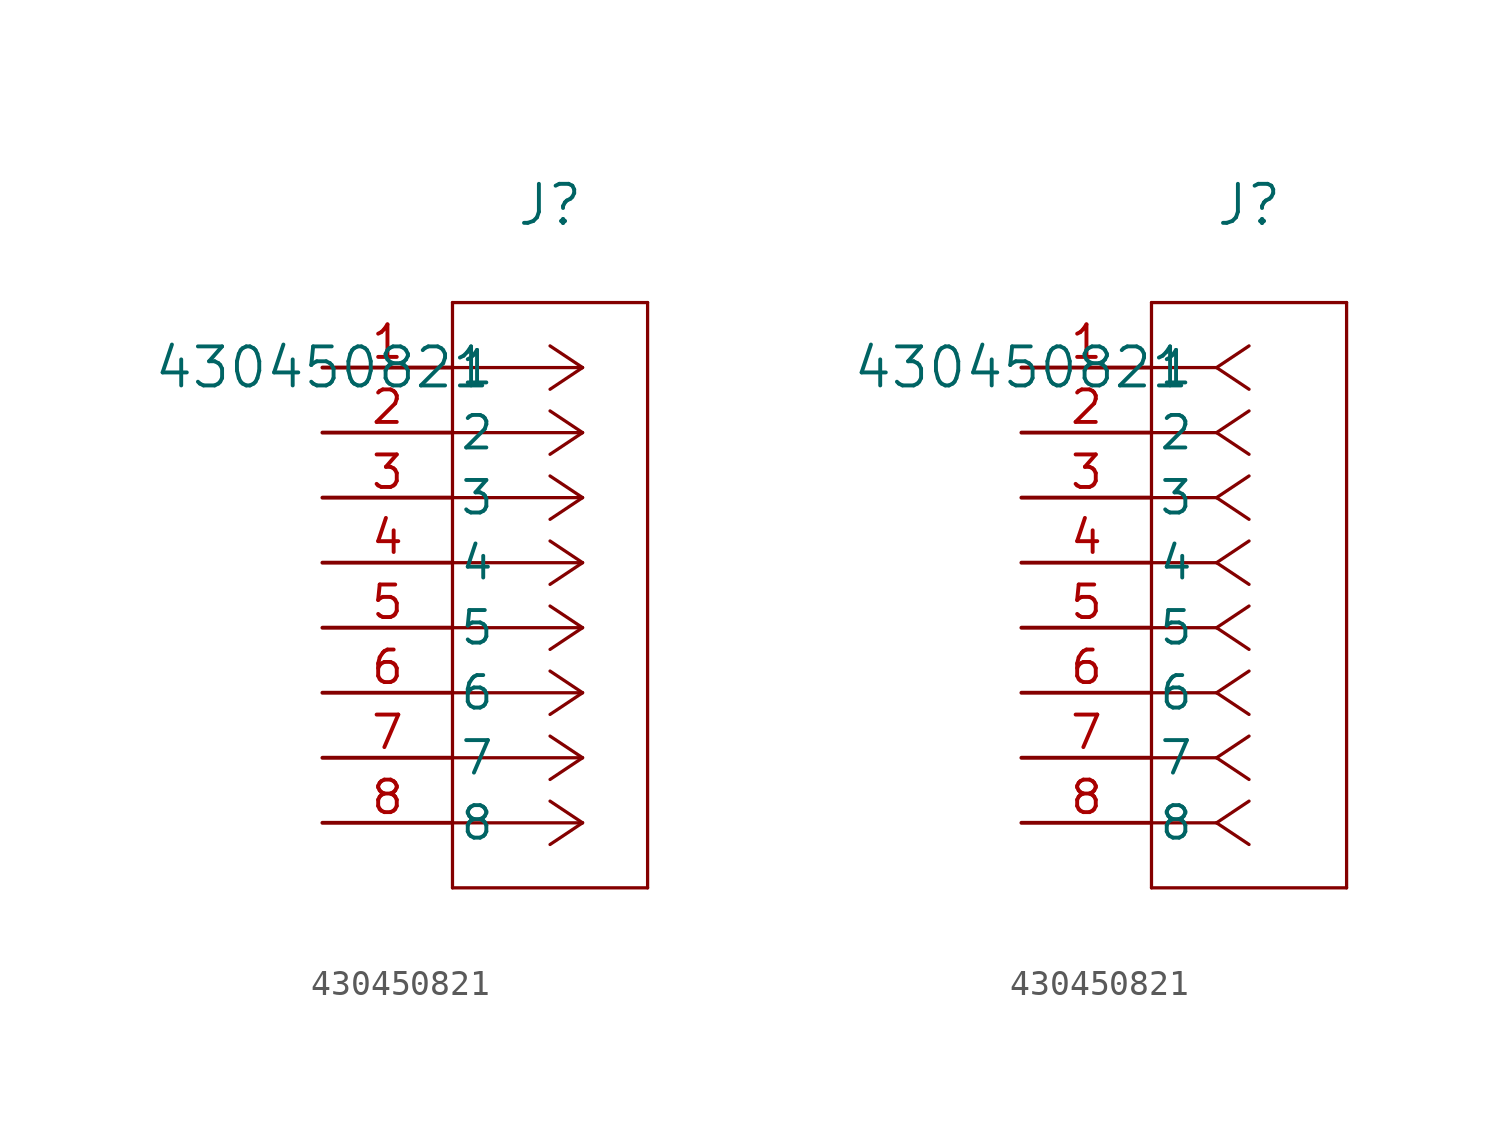
<source format=kicad_sym>
(kicad_symbol_lib
  (version 20211014)
  (generator kicad_symbol_editor)
  (symbol "430450821"
    (pin_names
      (offset 0.254))
    (property "Reference" "J"
      (at 8.89 6.35 0)
      (effects (font (size 1.524 1.524))))
    (property "Value" "430450821"
      (at 0 0 0)
      (effects (font (size 1.524 1.524))))
    (symbol "430450821_1_1"
      (polyline (pts (xy 10.16 0) (xy 5.08 0)) (stroke (width 0.127) (type default) (color 0 0 0 0)) (fill (type none)))
      (polyline (pts (xy 10.16 -2.54) (xy 5.08 -2.54)) (stroke (width 0.127) (type default) (color 0 0 0 0)) (fill (type none)))
      (polyline (pts (xy 10.16 -5.08) (xy 5.08 -5.08)) (stroke (width 0.127) (type default) (color 0 0 0 0)) (fill (type none)))
      (polyline (pts (xy 10.16 -7.62) (xy 5.08 -7.62)) (stroke (width 0.127) (type default) (color 0 0 0 0)) (fill (type none)))
      (polyline (pts (xy 10.16 -10.16) (xy 5.08 -10.16)) (stroke (width 0.127) (type default) (color 0 0 0 0)) (fill (type none)))
      (polyline (pts (xy 10.16 -12.7) (xy 5.08 -12.7)) (stroke (width 0.127) (type default) (color 0 0 0 0)) (fill (type none)))
      (polyline (pts (xy 10.16 -15.24) (xy 5.08 -15.24)) (stroke (width 0.127) (type default) (color 0 0 0 0)) (fill (type none)))
      (polyline (pts (xy 10.16 -17.78) (xy 5.08 -17.78)) (stroke (width 0.127) (type default) (color 0 0 0 0)) (fill (type none)))
      (polyline (pts (xy 10.16 0) (xy 8.89 0.847)) (stroke (width 0.127) (type default) (color 0 0 0 0)) (fill (type none)))
      (polyline (pts (xy 10.16 -2.54) (xy 8.89 -1.693)) (stroke (width 0.127) (type default) (color 0 0 0 0)) (fill (type none)))
      (polyline (pts (xy 10.16 -5.08) (xy 8.89 -4.233)) (stroke (width 0.127) (type default) (color 0 0 0 0)) (fill (type none)))
      (polyline (pts (xy 10.16 -7.62) (xy 8.89 -6.773)) (stroke (width 0.127) (type default) (color 0 0 0 0)) (fill (type none)))
      (polyline (pts (xy 10.16 -10.16) (xy 8.89 -9.313)) (stroke (width 0.127) (type default) (color 0 0 0 0)) (fill (type none)))
      (polyline (pts (xy 10.16 -12.7) (xy 8.89 -11.853)) (stroke (width 0.127) (type default) (color 0 0 0 0)) (fill (type none)))
      (polyline (pts (xy 10.16 -15.24) (xy 8.89 -14.393)) (stroke (width 0.127) (type default) (color 0 0 0 0)) (fill (type none)))
      (polyline (pts (xy 10.16 -17.78) (xy 8.89 -16.933)) (stroke (width 0.127) (type default) (color 0 0 0 0)) (fill (type none)))
      (polyline (pts (xy 10.16 0) (xy 8.89 -0.847)) (stroke (width 0.127) (type default) (color 0 0 0 0)) (fill (type none)))
      (polyline (pts (xy 10.16 -2.54) (xy 8.89 -3.387)) (stroke (width 0.127) (type default) (color 0 0 0 0)) (fill (type none)))
      (polyline (pts (xy 10.16 -5.08) (xy 8.89 -5.927)) (stroke (width 0.127) (type default) (color 0 0 0 0)) (fill (type none)))
      (polyline (pts (xy 10.16 -7.62) (xy 8.89 -8.467)) (stroke (width 0.127) (type default) (color 0 0 0 0)) (fill (type none)))
      (polyline (pts (xy 10.16 -10.16) (xy 8.89 -11.007)) (stroke (width 0.127) (type default) (color 0 0 0 0)) (fill (type none)))
      (polyline (pts (xy 10.16 -12.7) (xy 8.89 -13.547)) (stroke (width 0.127) (type default) (color 0 0 0 0)) (fill (type none)))
      (polyline (pts (xy 10.16 -15.24) (xy 8.89 -16.087)) (stroke (width 0.127) (type default) (color 0 0 0 0)) (fill (type none)))
      (polyline (pts (xy 10.16 -17.78) (xy 8.89 -18.627)) (stroke (width 0.127) (type default) (color 0 0 0 0)) (fill (type none)))
      (polyline (pts (xy 5.08 2.54) (xy 5.08 -20.32)) (stroke (width 0.127) (type default) (color 0 0 0 0)) (fill (type none)))
      (polyline (pts (xy 5.08 -20.32) (xy 12.7 -20.32)) (stroke (width 0.127) (type default) (color 0 0 0 0)) (fill (type none)))
      (polyline (pts (xy 12.7 -20.32) (xy 12.7 2.54)) (stroke (width 0.127) (type default) (color 0 0 0 0)) (fill (type none)))
      (polyline (pts (xy 12.7 2.54) (xy 5.08 2.54)) (stroke (width 0.127) (type default) (color 0 0 0 0)) (fill (type none)))
      (pin unspecified line (at 0 0 0) (length 5.08) (name "1" (effects (font (size 1.27 1.27)))) (number "1" (effects (font (size 1.27 1.27)))))
      (pin unspecified line (at 0 -2.54 0) (length 5.08) (name "2" (effects (font (size 1.27 1.27)))) (number "2" (effects (font (size 1.27 1.27)))))
      (pin unspecified line (at 0 -5.08 0) (length 5.08) (name "3" (effects (font (size 1.27 1.27)))) (number "3" (effects (font (size 1.27 1.27)))))
      (pin unspecified line (at 0 -7.62 0) (length 5.08) (name "4" (effects (font (size 1.27 1.27)))) (number "4" (effects (font (size 1.27 1.27)))))
      (pin unspecified line (at 0 -10.16 0) (length 5.08) (name "5" (effects (font (size 1.27 1.27)))) (number "5" (effects (font (size 1.27 1.27)))))
      (pin unspecified line (at 0 -12.7 0) (length 5.08) (name "6" (effects (font (size 1.27 1.27)))) (number "6" (effects (font (size 1.27 1.27)))))
      (pin unspecified line (at 0 -15.24 0) (length 5.08) (name "7" (effects (font (size 1.27 1.27)))) (number "7" (effects (font (size 1.27 1.27)))))
      (pin unspecified line (at 0 -17.78 0) (length 5.08) (name "8" (effects (font (size 1.27 1.27)))) (number "8" (effects (font (size 1.27 1.27))))))
    (symbol "430450821_1_2"
      (polyline (pts (xy 7.62 0) (xy 5.08 0)) (stroke (width 0.127) (type default) (color 0 0 0 0)) (fill (type none)))
      (polyline (pts (xy 7.62 -2.54) (xy 5.08 -2.54)) (stroke (width 0.127) (type default) (color 0 0 0 0)) (fill (type none)))
      (polyline (pts (xy 7.62 -5.08) (xy 5.08 -5.08)) (stroke (width 0.127) (type default) (color 0 0 0 0)) (fill (type none)))
      (polyline (pts (xy 7.62 -7.62) (xy 5.08 -7.62)) (stroke (width 0.127) (type default) (color 0 0 0 0)) (fill (type none)))
      (polyline (pts (xy 7.62 -10.16) (xy 5.08 -10.16)) (stroke (width 0.127) (type default) (color 0 0 0 0)) (fill (type none)))
      (polyline (pts (xy 7.62 -12.7) (xy 5.08 -12.7)) (stroke (width 0.127) (type default) (color 0 0 0 0)) (fill (type none)))
      (polyline (pts (xy 7.62 -15.24) (xy 5.08 -15.24)) (stroke (width 0.127) (type default) (color 0 0 0 0)) (fill (type none)))
      (polyline (pts (xy 7.62 -17.78) (xy 5.08 -17.78)) (stroke (width 0.127) (type default) (color 0 0 0 0)) (fill (type none)))
      (polyline (pts (xy 7.62 0) (xy 8.89 0.847)) (stroke (width 0.127) (type default) (color 0 0 0 0)) (fill (type none)))
      (polyline (pts (xy 7.62 -2.54) (xy 8.89 -1.693)) (stroke (width 0.127) (type default) (color 0 0 0 0)) (fill (type none)))
      (polyline (pts (xy 7.62 -5.08) (xy 8.89 -4.233)) (stroke (width 0.127) (type default) (color 0 0 0 0)) (fill (type none)))
      (polyline (pts (xy 7.62 -7.62) (xy 8.89 -6.773)) (stroke (width 0.127) (type default) (color 0 0 0 0)) (fill (type none)))
      (polyline (pts (xy 7.62 -10.16) (xy 8.89 -9.313)) (stroke (width 0.127) (type default) (color 0 0 0 0)) (fill (type none)))
      (polyline (pts (xy 7.62 -12.7) (xy 8.89 -11.853)) (stroke (width 0.127) (type default) (color 0 0 0 0)) (fill (type none)))
      (polyline (pts (xy 7.62 -15.24) (xy 8.89 -14.393)) (stroke (width 0.127) (type default) (color 0 0 0 0)) (fill (type none)))
      (polyline (pts (xy 7.62 -17.78) (xy 8.89 -16.933)) (stroke (width 0.127) (type default) (color 0 0 0 0)) (fill (type none)))
      (polyline (pts (xy 7.62 0) (xy 8.89 -0.847)) (stroke (width 0.127) (type default) (color 0 0 0 0)) (fill (type none)))
      (polyline (pts (xy 7.62 -2.54) (xy 8.89 -3.387)) (stroke (width 0.127) (type default) (color 0 0 0 0)) (fill (type none)))
      (polyline (pts (xy 7.62 -5.08) (xy 8.89 -5.927)) (stroke (width 0.127) (type default) (color 0 0 0 0)) (fill (type none)))
      (polyline (pts (xy 7.62 -7.62) (xy 8.89 -8.467)) (stroke (width 0.127) (type default) (color 0 0 0 0)) (fill (type none)))
      (polyline (pts (xy 7.62 -10.16) (xy 8.89 -11.007)) (stroke (width 0.127) (type default) (color 0 0 0 0)) (fill (type none)))
      (polyline (pts (xy 7.62 -12.7) (xy 8.89 -13.547)) (stroke (width 0.127) (type default) (color 0 0 0 0)) (fill (type none)))
      (polyline (pts (xy 7.62 -15.24) (xy 8.89 -16.087)) (stroke (width 0.127) (type default) (color 0 0 0 0)) (fill (type none)))
      (polyline (pts (xy 7.62 -17.78) (xy 8.89 -18.627)) (stroke (width 0.127) (type default) (color 0 0 0 0)) (fill (type none)))
      (polyline (pts (xy 5.08 2.54) (xy 5.08 -20.32)) (stroke (width 0.127) (type default) (color 0 0 0 0)) (fill (type none)))
      (polyline (pts (xy 5.08 -20.32) (xy 12.7 -20.32)) (stroke (width 0.127) (type default) (color 0 0 0 0)) (fill (type none)))
      (polyline (pts (xy 12.7 -20.32) (xy 12.7 2.54)) (stroke (width 0.127) (type default) (color 0 0 0 0)) (fill (type none)))
      (polyline (pts (xy 12.7 2.54) (xy 5.08 2.54)) (stroke (width 0.127) (type default) (color 0 0 0 0)) (fill (type none)))
      (pin unspecified line (at 0 0 0) (length 5.08) (name "1" (effects (font (size 1.27 1.27)))) (number "1" (effects (font (size 1.27 1.27)))))
      (pin unspecified line (at 0 -2.54 0) (length 5.08) (name "2" (effects (font (size 1.27 1.27)))) (number "2" (effects (font (size 1.27 1.27)))))
      (pin unspecified line (at 0 -5.08 0) (length 5.08) (name "3" (effects (font (size 1.27 1.27)))) (number "3" (effects (font (size 1.27 1.27)))))
      (pin unspecified line (at 0 -7.62 0) (length 5.08) (name "4" (effects (font (size 1.27 1.27)))) (number "4" (effects (font (size 1.27 1.27)))))
      (pin unspecified line (at 0 -10.16 0) (length 5.08) (name "5" (effects (font (size 1.27 1.27)))) (number "5" (effects (font (size 1.27 1.27)))))
      (pin unspecified line (at 0 -12.7 0) (length 5.08) (name "6" (effects (font (size 1.27 1.27)))) (number "6" (effects (font (size 1.27 1.27)))))
      (pin unspecified line (at 0 -15.24 0) (length 5.08) (name "7" (effects (font (size 1.27 1.27)))) (number "7" (effects (font (size 1.27 1.27)))))
      (pin unspecified line (at 0 -17.78 0) (length 5.08) (name "8" (effects (font (size 1.27 1.27)))) (number "8" (effects (font (size 1.27 1.27))))))))
</source>
